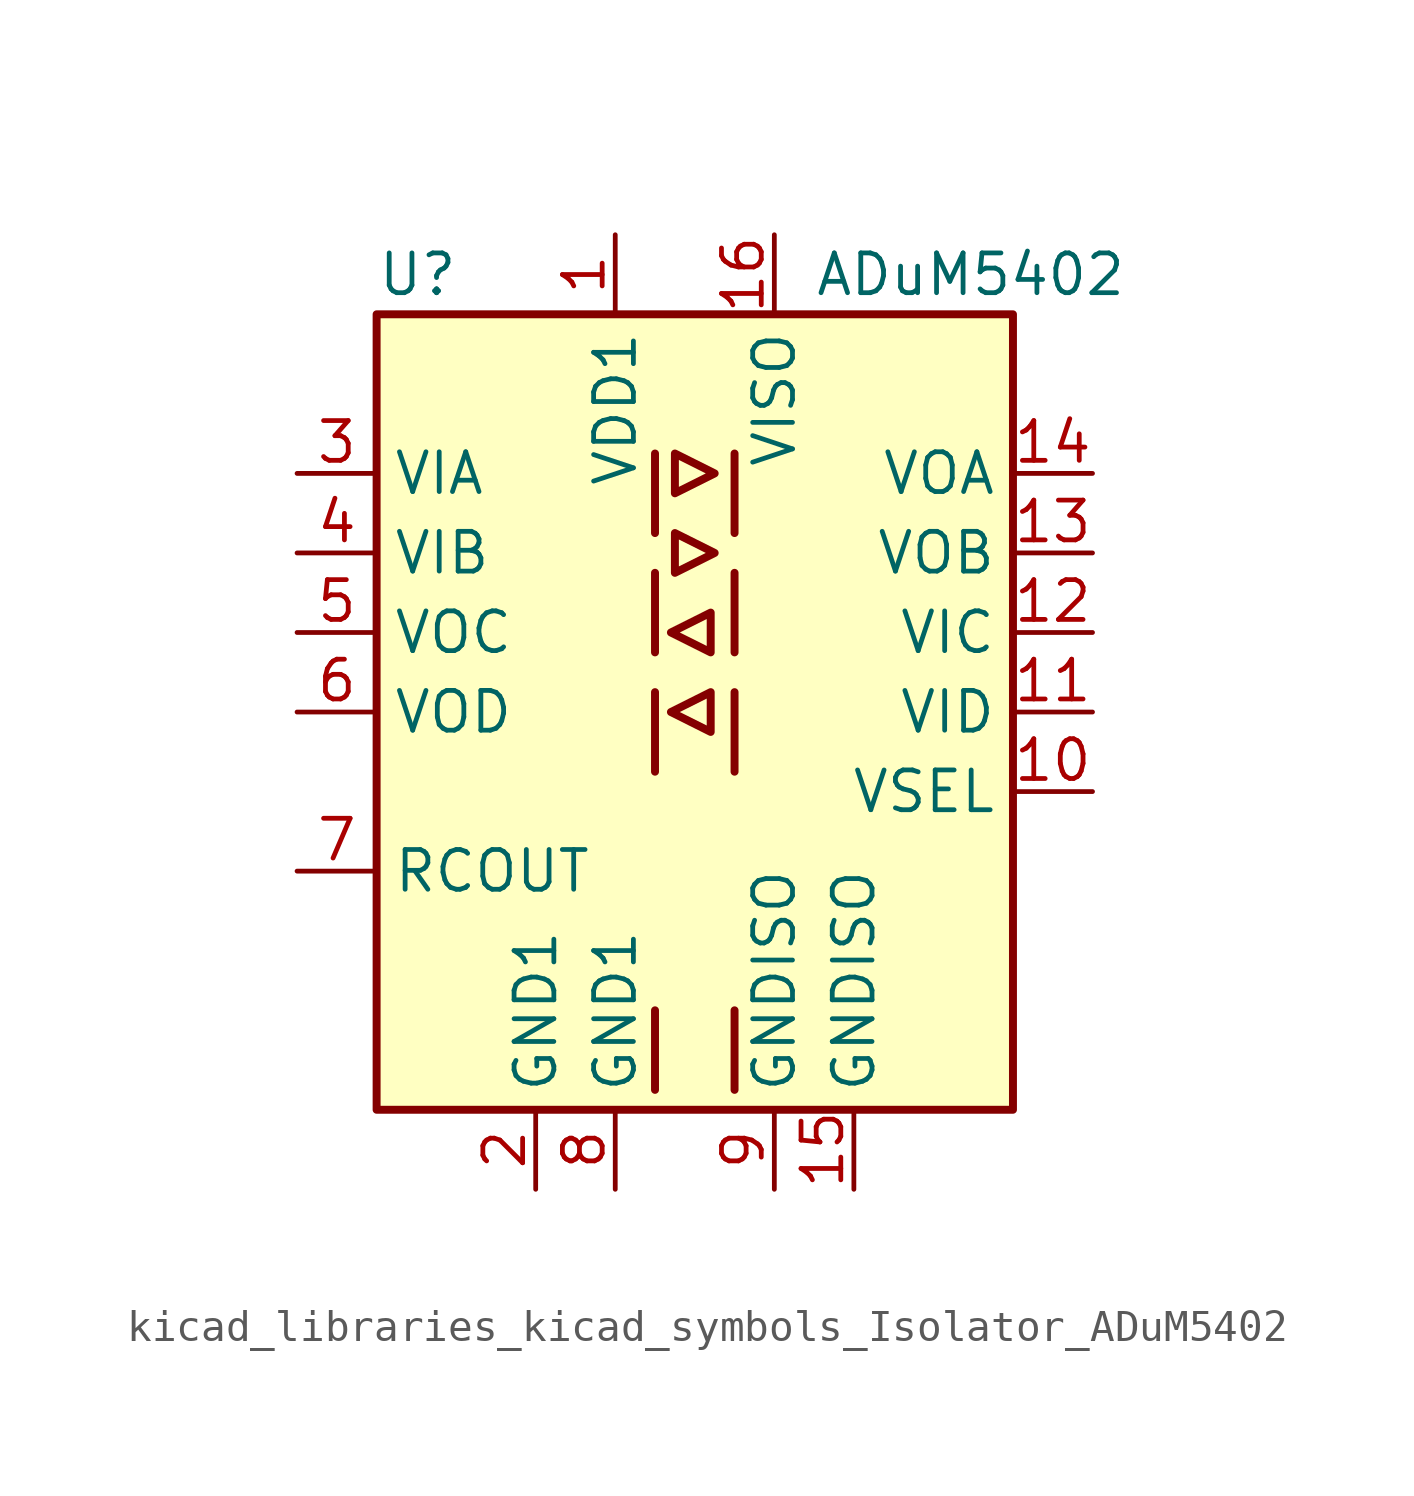
<source format=kicad_sym>
(kicad_symbol_lib
  (version 20220914)
  (generator kicad_symbol_editor)
  (symbol "kicad_libraries_kicad_symbols_Isolator_ADuM5402"
    (property "Reference" "U"
      (at -10.16 13.97 0)
      (effects (font (size 1.27 1.27)) (justify left)))
    (property "Value" "ADuM5402"
      (at 3.81 13.97 0)
      (effects (font (size 1.27 1.27)) (justify left)))
    (symbol "kicad_libraries_kicad_symbols_Isolator_ADuM5402_0_1"
      (rectangle (start -10.16 12.7) (end 10.16 -12.7) (stroke (width 0.254) (type default)) (fill (type background)))
      (polyline (pts (xy -1.27 -9.525) (xy -1.27 -12.065)) (stroke (width 0.254) (type default)) (fill (type none)))
      (polyline (pts (xy -1.27 0.635) (xy -1.27 -1.905)) (stroke (width 0.254) (type default)) (fill (type none)))
      (polyline (pts (xy -1.27 4.445) (xy -1.27 1.905)) (stroke (width 0.254) (type default)) (fill (type none)))
      (polyline (pts (xy -1.27 8.255) (xy -1.27 5.715)) (stroke (width 0.254) (type default)) (fill (type none)))
      (polyline (pts (xy 1.27 -9.525) (xy 1.27 -12.065)) (stroke (width 0.254) (type default)) (fill (type none)))
      (polyline (pts (xy 1.27 0.635) (xy 1.27 -1.905)) (stroke (width 0.254) (type default)) (fill (type none)))
      (polyline (pts (xy 1.27 4.445) (xy 1.27 1.905)) (stroke (width 0.254) (type default)) (fill (type none)))
      (polyline (pts (xy 1.27 8.255) (xy 1.27 5.715)) (stroke (width 0.254) (type default)) (fill (type none)))
      (polyline (pts (xy -0.635 5.715) (xy -0.635 4.445) (xy 0.635 5.08) (xy -0.635 5.715)) (stroke (width 0.254) (type default)) (fill (type none)))
      (polyline (pts (xy -0.635 6.985) (xy 0.635 7.62) (xy -0.635 8.255) (xy -0.635 6.985)) (stroke (width 0.254) (type default)) (fill (type none)))
      (polyline (pts (xy 0.508 0.635) (xy 0.508 -0.635) (xy -0.762 0) (xy 0.508 0.635)) (stroke (width 0.254) (type default)) (fill (type none)))
      (polyline (pts (xy 0.508 1.905) (xy -0.762 2.54) (xy 0.508 3.175) (xy 0.508 1.905)) (stroke (width 0.254) (type default)) (fill (type none))))
    (symbol "kicad_libraries_kicad_symbols_Isolator_ADuM5402_1_1"
      (pin power_in line (at -2.54 15.24 270) (length 2.54) (name "VDD1" (effects (font (size 1.27 1.27)))) (number "1" (effects (font (size 1.27 1.27)))))
      (pin input line (at 12.7 -2.54 180) (length 2.54) (name "VSEL" (effects (font (size 1.27 1.27)))) (number "10" (effects (font (size 1.27 1.27)))))
      (pin input line (at 12.7 0 180) (length 2.54) (name "VID" (effects (font (size 1.27 1.27)))) (number "11" (effects (font (size 1.27 1.27)))))
      (pin input line (at 12.7 2.54 180) (length 2.54) (name "VIC" (effects (font (size 1.27 1.27)))) (number "12" (effects (font (size 1.27 1.27)))))
      (pin output line (at 12.7 5.08 180) (length 2.54) (name "VOB" (effects (font (size 1.27 1.27)))) (number "13" (effects (font (size 1.27 1.27)))))
      (pin output line (at 12.7 7.62 180) (length 2.54) (name "VOA" (effects (font (size 1.27 1.27)))) (number "14" (effects (font (size 1.27 1.27)))))
      (pin power_in line (at 5.08 -15.24 90) (length 2.54) (name "GNDISO" (effects (font (size 1.27 1.27)))) (number "15" (effects (font (size 1.27 1.27)))))
      (pin power_in line (at 2.54 15.24 270) (length 2.54) (name "VISO" (effects (font (size 1.27 1.27)))) (number "16" (effects (font (size 1.27 1.27)))))
      (pin power_in line (at -5.08 -15.24 90) (length 2.54) (name "GND1" (effects (font (size 1.27 1.27)))) (number "2" (effects (font (size 1.27 1.27)))))
      (pin input line (at -12.7 7.62 0) (length 2.54) (name "VIA" (effects (font (size 1.27 1.27)))) (number "3" (effects (font (size 1.27 1.27)))))
      (pin input line (at -12.7 5.08 0) (length 2.54) (name "VIB" (effects (font (size 1.27 1.27)))) (number "4" (effects (font (size 1.27 1.27)))))
      (pin output line (at -12.7 2.54 0) (length 2.54) (name "VOC" (effects (font (size 1.27 1.27)))) (number "5" (effects (font (size 1.27 1.27)))))
      (pin output line (at -12.7 0 0) (length 2.54) (name "VOD" (effects (font (size 1.27 1.27)))) (number "6" (effects (font (size 1.27 1.27)))))
      (pin output line (at -12.7 -5.08 0) (length 2.54) (name "RCOUT" (effects (font (size 1.27 1.27)))) (number "7" (effects (font (size 1.27 1.27)))))
      (pin power_in line (at -2.54 -15.24 90) (length 2.54) (name "GND1" (effects (font (size 1.27 1.27)))) (number "8" (effects (font (size 1.27 1.27)))))
      (pin power_in line (at 2.54 -15.24 90) (length 2.54) (name "GNDISO" (effects (font (size 1.27 1.27)))) (number "9" (effects (font (size 1.27 1.27))))))))
</source>
